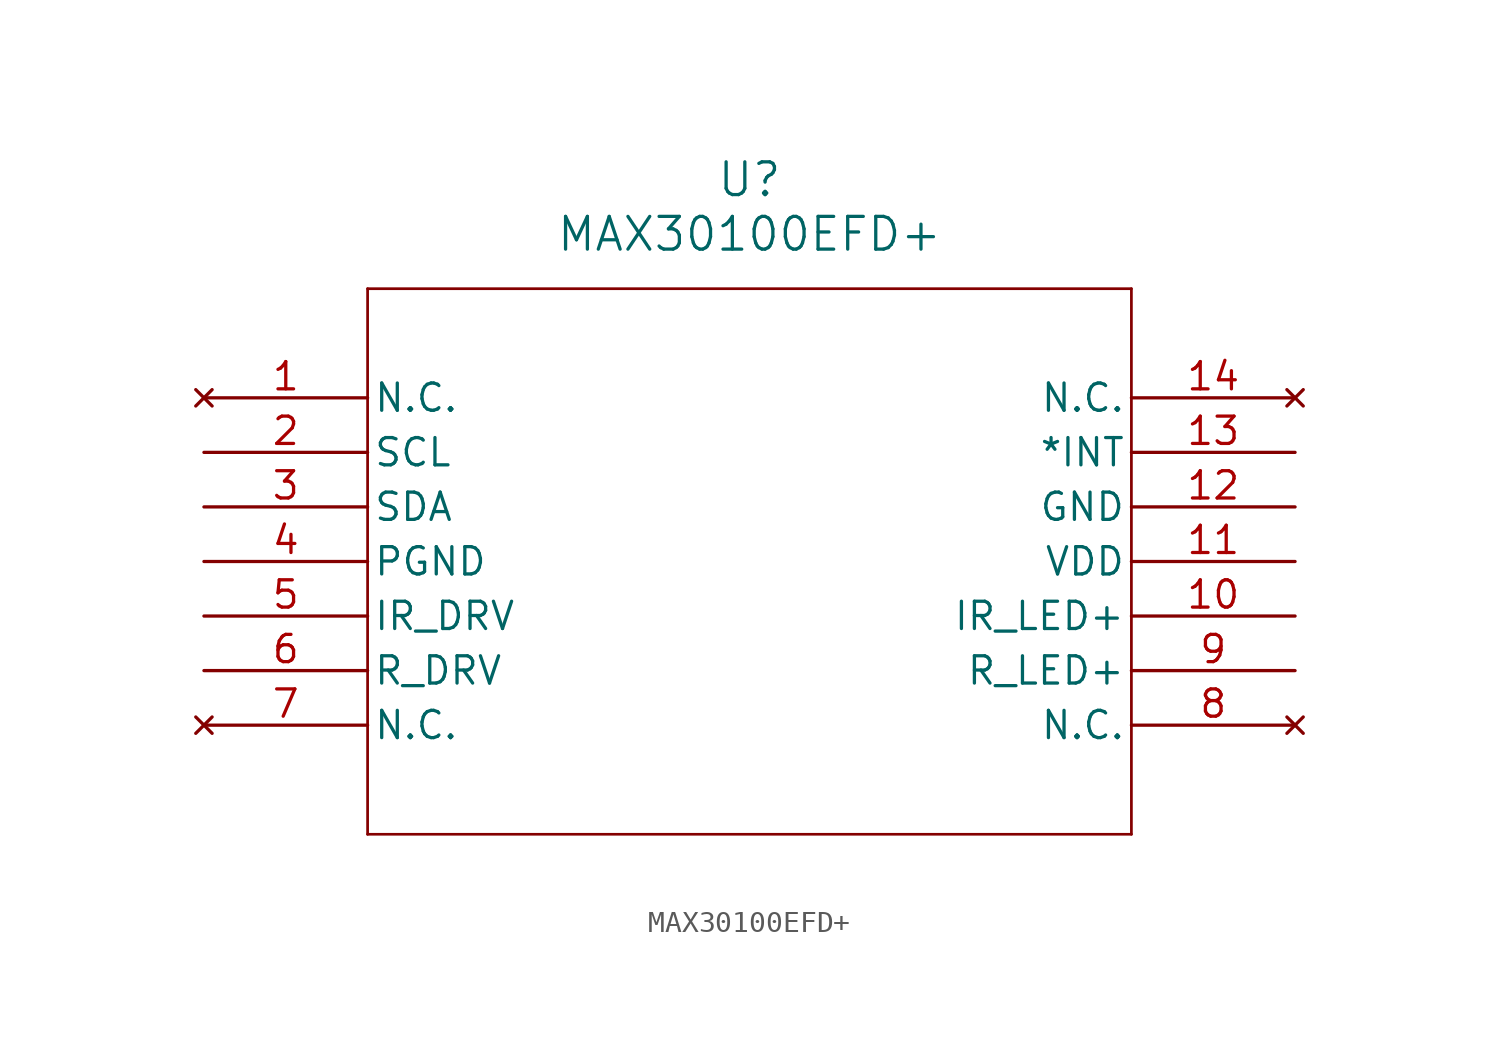
<source format=kicad_sym>
(kicad_symbol_lib
  (version 20220914)
  (generator kicad_symbol_editor)
  (symbol "MAX30100EFD+"
    (pin_names
      (offset 0.254))
    (property "Reference" "U"
      (at 25.4 10.16 0)
      (effects (font (size 1.524 1.524))))
    (property "Value" "MAX30100EFD+"
      (at 25.4 7.62 0)
      (effects (font (size 1.524 1.524))))
    (property "ki_locked" ""
      (at 0 0 0)
      (effects (font (size 1.27 1.27))))
    (symbol "MAX30100EFD+_0_1"
      (polyline (pts (xy 7.62 -20.32) (xy 43.18 -20.32)) (stroke (width 0.127) (type default)) (fill (type none)))
      (polyline (pts (xy 7.62 5.08) (xy 7.62 -20.32)) (stroke (width 0.127) (type default)) (fill (type none)))
      (polyline (pts (xy 43.18 -20.32) (xy 43.18 5.08)) (stroke (width 0.127) (type default)) (fill (type none)))
      (polyline (pts (xy 43.18 5.08) (xy 7.62 5.08)) (stroke (width 0.127) (type default)) (fill (type none)))
      (pin no_connect line (at 0 0 0) (length 7.62) (name "N.C." (effects (font (size 1.27 1.27)))) (number "1" (effects (font (size 1.27 1.27)))))
      (pin unspecified line (at 50.8 -10.16 180) (length 7.62) (name "IR_LED+" (effects (font (size 1.27 1.27)))) (number "10" (effects (font (size 1.27 1.27)))))
      (pin power_in line (at 50.8 -7.62 180) (length 7.62) (name "VDD" (effects (font (size 1.27 1.27)))) (number "11" (effects (font (size 1.27 1.27)))))
      (pin power_in line (at 50.8 -5.08 180) (length 7.62) (name "GND" (effects (font (size 1.27 1.27)))) (number "12" (effects (font (size 1.27 1.27)))))
      (pin unspecified line (at 50.8 -2.54 180) (length 7.62) (name "*INT" (effects (font (size 1.27 1.27)))) (number "13" (effects (font (size 1.27 1.27)))))
      (pin no_connect line (at 50.8 0 180) (length 7.62) (name "N.C." (effects (font (size 1.27 1.27)))) (number "14" (effects (font (size 1.27 1.27)))))
      (pin input line (at 0 -2.54 0) (length 7.62) (name "SCL" (effects (font (size 1.27 1.27)))) (number "2" (effects (font (size 1.27 1.27)))))
      (pin bidirectional line (at 0 -5.08 0) (length 7.62) (name "SDA" (effects (font (size 1.27 1.27)))) (number "3" (effects (font (size 1.27 1.27)))))
      (pin power_in line (at 0 -7.62 0) (length 7.62) (name "PGND" (effects (font (size 1.27 1.27)))) (number "4" (effects (font (size 1.27 1.27)))))
      (pin unspecified line (at 0 -10.16 0) (length 7.62) (name "IR_DRV" (effects (font (size 1.27 1.27)))) (number "5" (effects (font (size 1.27 1.27)))))
      (pin unspecified line (at 0 -12.7 0) (length 7.62) (name "R_DRV" (effects (font (size 1.27 1.27)))) (number "6" (effects (font (size 1.27 1.27)))))
      (pin no_connect line (at 0 -15.24 0) (length 7.62) (name "N.C." (effects (font (size 1.27 1.27)))) (number "7" (effects (font (size 1.27 1.27)))))
      (pin no_connect line (at 50.8 -15.24 180) (length 7.62) (name "N.C." (effects (font (size 1.27 1.27)))) (number "8" (effects (font (size 1.27 1.27)))))
      (pin unspecified line (at 50.8 -12.7 180) (length 7.62) (name "R_LED+" (effects (font (size 1.27 1.27)))) (number "9" (effects (font (size 1.27 1.27))))))))
</source>
